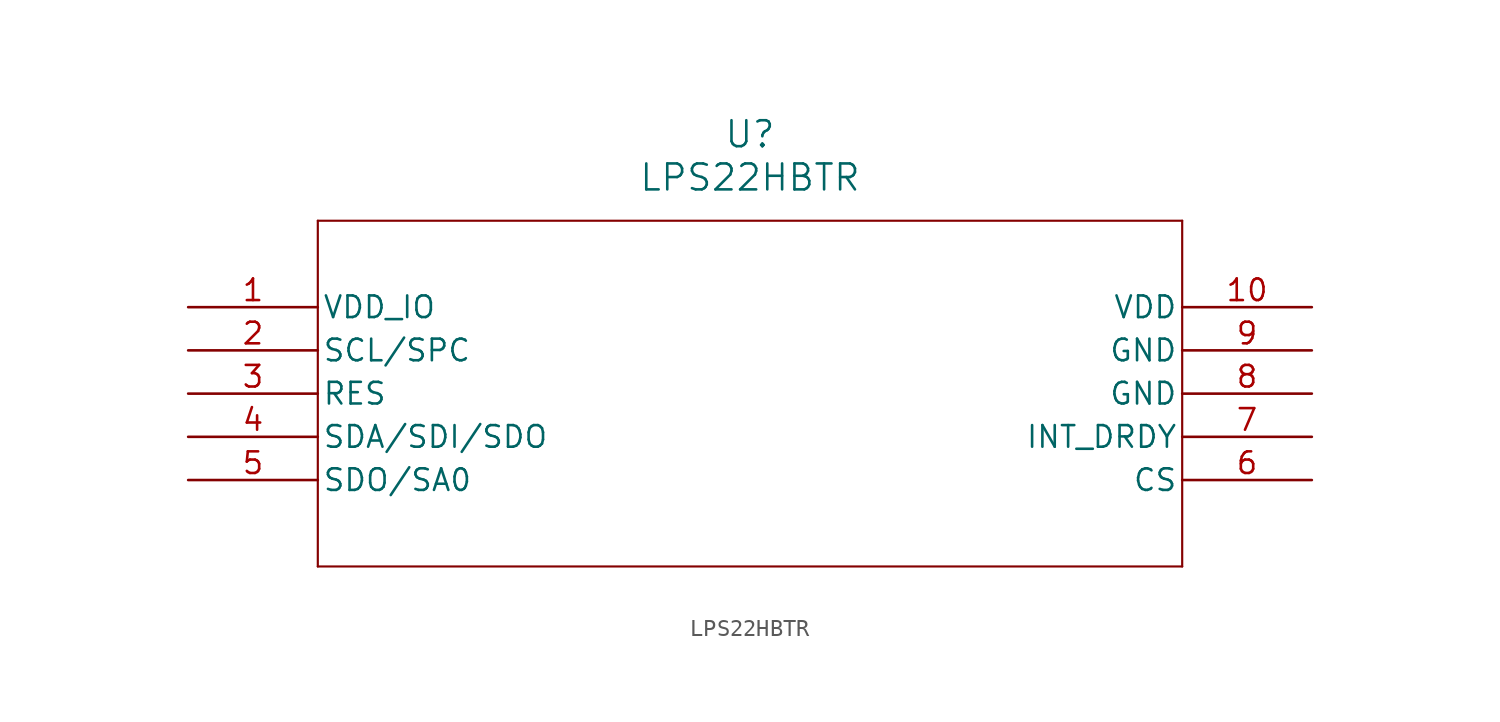
<source format=kicad_sym>
(kicad_symbol_lib
  (version 20211014)
  (generator kicad_symbol_editor)
  (symbol "LPS22HBTR"
    (pin_names
      (offset 0.254))
    (property "Reference" "U"
      (at 33.02 10.16 0)
      (effects (font (size 1.524 1.524))))
    (property "Value" "LPS22HBTR"
      (at 33.02 7.62 0)
      (effects (font (size 1.524 1.524))))
    (symbol "LPS22HBTR_0_1"
      (polyline (pts (xy 7.62 5.08) (xy 7.62 -15.24)) (stroke (width 0.127) (type default) (color 0 0 0 0)) (fill (type none)))
      (polyline (pts (xy 7.62 -15.24) (xy 58.42 -15.24)) (stroke (width 0.127) (type default) (color 0 0 0 0)) (fill (type none)))
      (polyline (pts (xy 58.42 -15.24) (xy 58.42 5.08)) (stroke (width 0.127) (type default) (color 0 0 0 0)) (fill (type none)))
      (polyline (pts (xy 58.42 5.08) (xy 7.62 5.08)) (stroke (width 0.127) (type default) (color 0 0 0 0)) (fill (type none)))
      (pin power_in line (at 0 0 0) (length 7.62) (name "VDD_IO" (effects (font (size 1.27 1.27)))) (number "1" (effects (font (size 1.27 1.27)))))
      (pin bidirectional line (at 0 -2.54 0) (length 7.62) (name "SCL/SPC" (effects (font (size 1.27 1.27)))) (number "2" (effects (font (size 1.27 1.27)))))
      (pin unspecified line (at 0 -5.08 0) (length 7.62) (name "RES" (effects (font (size 1.27 1.27)))) (number "3" (effects (font (size 1.27 1.27)))))
      (pin bidirectional line (at 0 -7.62 0) (length 7.62) (name "SDA/SDI/SDO" (effects (font (size 1.27 1.27)))) (number "4" (effects (font (size 1.27 1.27)))))
      (pin bidirectional line (at 0 -10.16 0) (length 7.62) (name "SDO/SA0" (effects (font (size 1.27 1.27)))) (number "5" (effects (font (size 1.27 1.27)))))
      (pin bidirectional line (at 66.04 -10.16 180) (length 7.62) (name "CS" (effects (font (size 1.27 1.27)))) (number "6" (effects (font (size 1.27 1.27)))))
      (pin bidirectional line (at 66.04 -7.62 180) (length 7.62) (name "INT_DRDY" (effects (font (size 1.27 1.27)))) (number "7" (effects (font (size 1.27 1.27)))))
      (pin power_in line (at 66.04 -5.08 180) (length 7.62) (name "GND" (effects (font (size 1.27 1.27)))) (number "8" (effects (font (size 1.27 1.27)))))
      (pin power_in line (at 66.04 -2.54 180) (length 7.62) (name "GND" (effects (font (size 1.27 1.27)))) (number "9" (effects (font (size 1.27 1.27)))))
      (pin power_in line (at 66.04 0 180) (length 7.62) (name "VDD" (effects (font (size 1.27 1.27)))) (number "10" (effects (font (size 1.27 1.27))))))))
</source>
